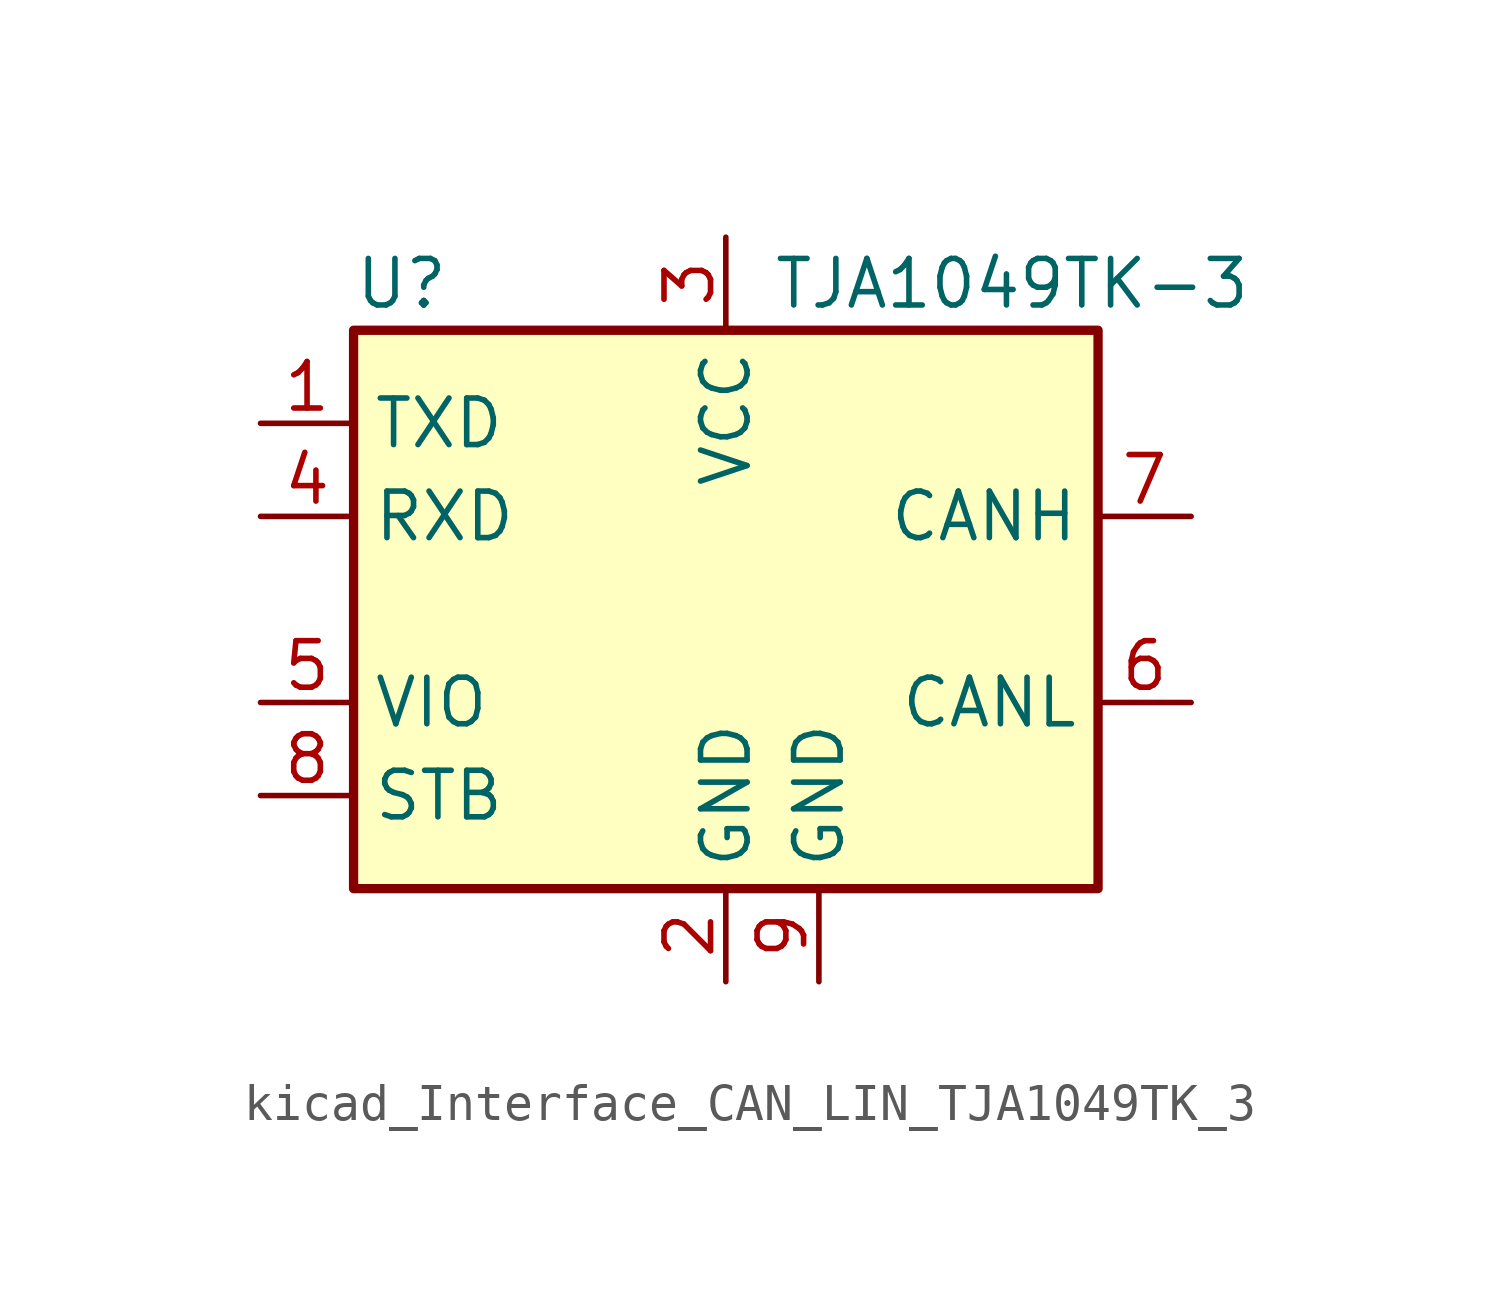
<source format=kicad_sym>
(kicad_symbol_lib
  (version 20220914)
  (generator kicad_symbol_editor)
  (symbol "kicad_Interface_CAN_LIN_TJA1049TK_3"
    (property "Reference" "U"
      (at -10.16 8.89 0)
      (effects (font (size 1.27 1.27)) (justify left)))
    (property "Value" "TJA1049TK-3"
      (at 1.27 8.89 0)
      (effects (font (size 1.27 1.27)) (justify left)))
    (symbol "kicad_Interface_CAN_LIN_TJA1049TK_3_0_1"
      (rectangle (start -10.16 7.62) (end 10.16 -7.62) (stroke (width 0.254) (type default)) (fill (type background))))
    (symbol "kicad_Interface_CAN_LIN_TJA1049TK_3_1_1"
      (pin input line (at -12.7 5.08 0) (length 2.54) (name "TXD" (effects (font (size 1.27 1.27)))) (number "1" (effects (font (size 1.27 1.27)))))
      (pin power_in line (at 0 -10.16 90) (length 2.54) (name "GND" (effects (font (size 1.27 1.27)))) (number "2" (effects (font (size 1.27 1.27)))))
      (pin power_in line (at 0 10.16 270) (length 2.54) (name "VCC" (effects (font (size 1.27 1.27)))) (number "3" (effects (font (size 1.27 1.27)))))
      (pin output line (at -12.7 2.54 0) (length 2.54) (name "RXD" (effects (font (size 1.27 1.27)))) (number "4" (effects (font (size 1.27 1.27)))))
      (pin power_in line (at -12.7 -2.54 0) (length 2.54) (name "VIO" (effects (font (size 1.27 1.27)))) (number "5" (effects (font (size 1.27 1.27)))))
      (pin bidirectional line (at 12.7 -2.54 180) (length 2.54) (name "CANL" (effects (font (size 1.27 1.27)))) (number "6" (effects (font (size 1.27 1.27)))))
      (pin bidirectional line (at 12.7 2.54 180) (length 2.54) (name "CANH" (effects (font (size 1.27 1.27)))) (number "7" (effects (font (size 1.27 1.27)))))
      (pin input line (at -12.7 -5.08 0) (length 2.54) (name "STB" (effects (font (size 1.27 1.27)))) (number "8" (effects (font (size 1.27 1.27)))))
      (pin power_in line (at 2.54 -10.16 90) (length 2.54) (name "GND" (effects (font (size 1.27 1.27)))) (number "9" (effects (font (size 1.27 1.27))))))))
</source>
